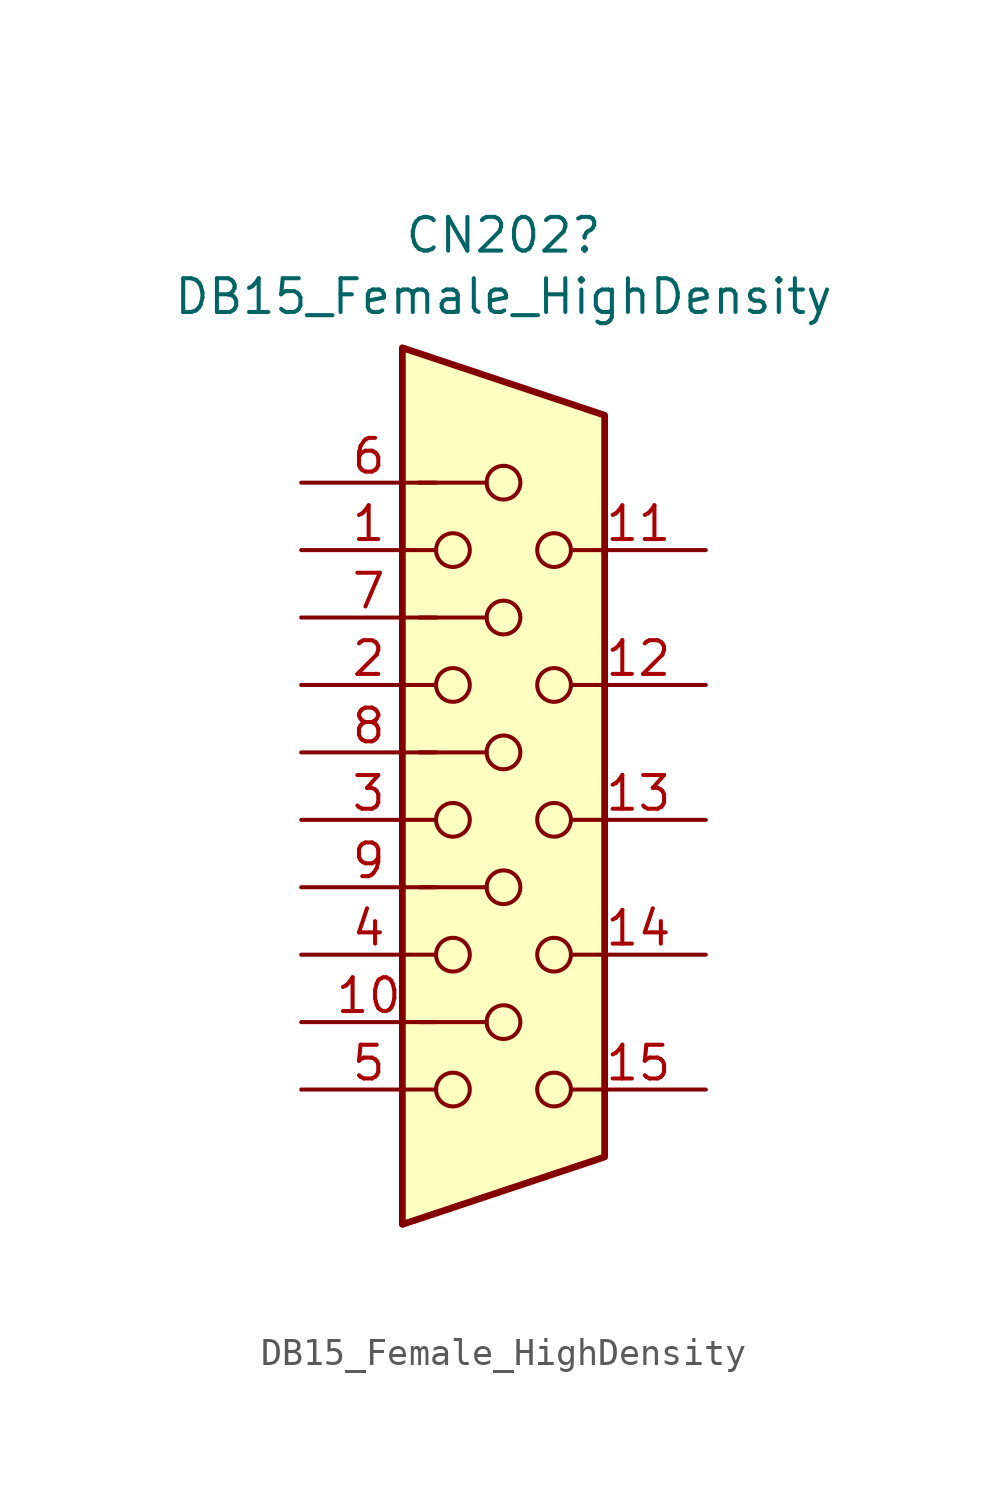
<source format=kicad_sym>
(kicad_symbol_lib
  (version 20211014)
  (generator kicad_symbol_editor)
  (symbol "DB15_Female_HighDensity"
    (pin_names
      (offset 1.016) hide)
    (property "Reference" "CN202"
      (at 0 22.022 0)
      (effects (font (size 1.27 1.27))))
    (property "Value" "DB15_Female_HighDensity"
      (at 0 19.71 0)
      (effects (font (size 1.27 1.27))))
    (symbol "DB15_Female_HighDensity_0_1"
      (circle (center -1.905 -10.16) (radius 0.635) (stroke (width 0) (type default) (color 0 0 0 0)) (fill (type none)))
      (circle (center -1.905 -5.08) (radius 0.635) (stroke (width 0) (type default) (color 0 0 0 0)) (fill (type none)))
      (circle (center -1.905 0) (radius 0.635) (stroke (width 0) (type default) (color 0 0 0 0)) (fill (type none)))
      (circle (center -1.905 5.08) (radius 0.635) (stroke (width 0) (type default) (color 0 0 0 0)) (fill (type none)))
      (circle (center -1.905 10.16) (radius 0.635) (stroke (width 0) (type default) (color 0 0 0 0)) (fill (type none)))
      (circle (center 0 -7.62) (radius 0.635) (stroke (width 0) (type default) (color 0 0 0 0)) (fill (type none)))
      (circle (center 0 -2.54) (radius 0.635) (stroke (width 0) (type default) (color 0 0 0 0)) (fill (type none)))
      (polyline (pts (xy -3.175 7.62) (xy -0.635 7.62)) (stroke (width 0) (type default) (color 0 0 0 0)) (fill (type none)))
      (polyline (pts (xy -0.635 -7.62) (xy -3.175 -7.62)) (stroke (width 0) (type default) (color 0 0 0 0)) (fill (type none)))
      (polyline (pts (xy -0.635 -2.54) (xy -3.175 -2.54)) (stroke (width 0) (type default) (color 0 0 0 0)) (fill (type none)))
      (polyline (pts (xy -0.635 2.54) (xy -3.175 2.54)) (stroke (width 0) (type default) (color 0 0 0 0)) (fill (type none)))
      (polyline (pts (xy -0.635 12.7) (xy -3.175 12.7)) (stroke (width 0) (type default) (color 0 0 0 0)) (fill (type none)))
      (polyline (pts (xy -3.81 17.78) (xy -3.81 -15.24) (xy 3.81 -12.7) (xy 3.81 15.24) (xy -3.81 17.78)) (stroke (width 0.254) (type default) (color 0 0 0 0)) (fill (type background)))
      (circle (center 0 2.54) (radius 0.635) (stroke (width 0) (type default) (color 0 0 0 0)) (fill (type none)))
      (circle (center 0 7.62) (radius 0.635) (stroke (width 0) (type default) (color 0 0 0 0)) (fill (type none)))
      (circle (center 0 12.7) (radius 0.635) (stroke (width 0) (type default) (color 0 0 0 0)) (fill (type none)))
      (circle (center 1.905 -10.16) (radius 0.635) (stroke (width 0) (type default) (color 0 0 0 0)) (fill (type none)))
      (circle (center 1.905 -5.08) (radius 0.635) (stroke (width 0) (type default) (color 0 0 0 0)) (fill (type none)))
      (circle (center 1.905 0) (radius 0.635) (stroke (width 0) (type default) (color 0 0 0 0)) (fill (type none)))
      (circle (center 1.905 5.08) (radius 0.635) (stroke (width 0) (type default) (color 0 0 0 0)) (fill (type none)))
      (circle (center 1.905 10.16) (radius 0.635) (stroke (width 0) (type default) (color 0 0 0 0)) (fill (type none))))
    (symbol "DB15_Female_HighDensity_1_1"
      (pin passive line (at -7.62 10.16 0) (length 5.08) (name "~" (effects (font (size 1.27 1.27)))) (number "1" (effects (font (size 1.27 1.27)))))
      (pin passive line (at -7.62 -7.62 0) (length 5.08) (name "~" (effects (font (size 1.27 1.27)))) (number "10" (effects (font (size 1.27 1.27)))))
      (pin passive line (at 7.62 10.16 180) (length 5.08) (name "~" (effects (font (size 1.27 1.27)))) (number "11" (effects (font (size 1.27 1.27)))))
      (pin passive line (at 7.62 5.08 180) (length 5.08) (name "~" (effects (font (size 1.27 1.27)))) (number "12" (effects (font (size 1.27 1.27)))))
      (pin passive line (at 7.62 0 180) (length 5.08) (name "~" (effects (font (size 1.27 1.27)))) (number "13" (effects (font (size 1.27 1.27)))))
      (pin passive line (at 7.62 -5.08 180) (length 5.08) (name "~" (effects (font (size 1.27 1.27)))) (number "14" (effects (font (size 1.27 1.27)))))
      (pin passive line (at 7.62 -10.16 180) (length 5.08) (name "~" (effects (font (size 1.27 1.27)))) (number "15" (effects (font (size 1.27 1.27)))))
      (pin passive line (at -7.62 5.08 0) (length 5.08) (name "~" (effects (font (size 1.27 1.27)))) (number "2" (effects (font (size 1.27 1.27)))))
      (pin passive line (at -7.62 0 0) (length 5.08) (name "~" (effects (font (size 1.27 1.27)))) (number "3" (effects (font (size 1.27 1.27)))))
      (pin passive line (at -7.62 -5.08 0) (length 5.08) (name "~" (effects (font (size 1.27 1.27)))) (number "4" (effects (font (size 1.27 1.27)))))
      (pin passive line (at -7.62 -10.16 0) (length 5.08) (name "~" (effects (font (size 1.27 1.27)))) (number "5" (effects (font (size 1.27 1.27)))))
      (pin passive line (at -7.62 12.7 0) (length 5.08) (name "~" (effects (font (size 1.27 1.27)))) (number "6" (effects (font (size 1.27 1.27)))))
      (pin passive line (at -7.62 7.62 0) (length 5.08) (name "~" (effects (font (size 1.27 1.27)))) (number "7" (effects (font (size 1.27 1.27)))))
      (pin passive line (at -7.62 2.54 0) (length 5.08) (name "~" (effects (font (size 1.27 1.27)))) (number "8" (effects (font (size 1.27 1.27)))))
      (pin passive line (at -7.62 -2.54 0) (length 5.08) (name "~" (effects (font (size 1.27 1.27)))) (number "9" (effects (font (size 1.27 1.27))))))))
</source>
